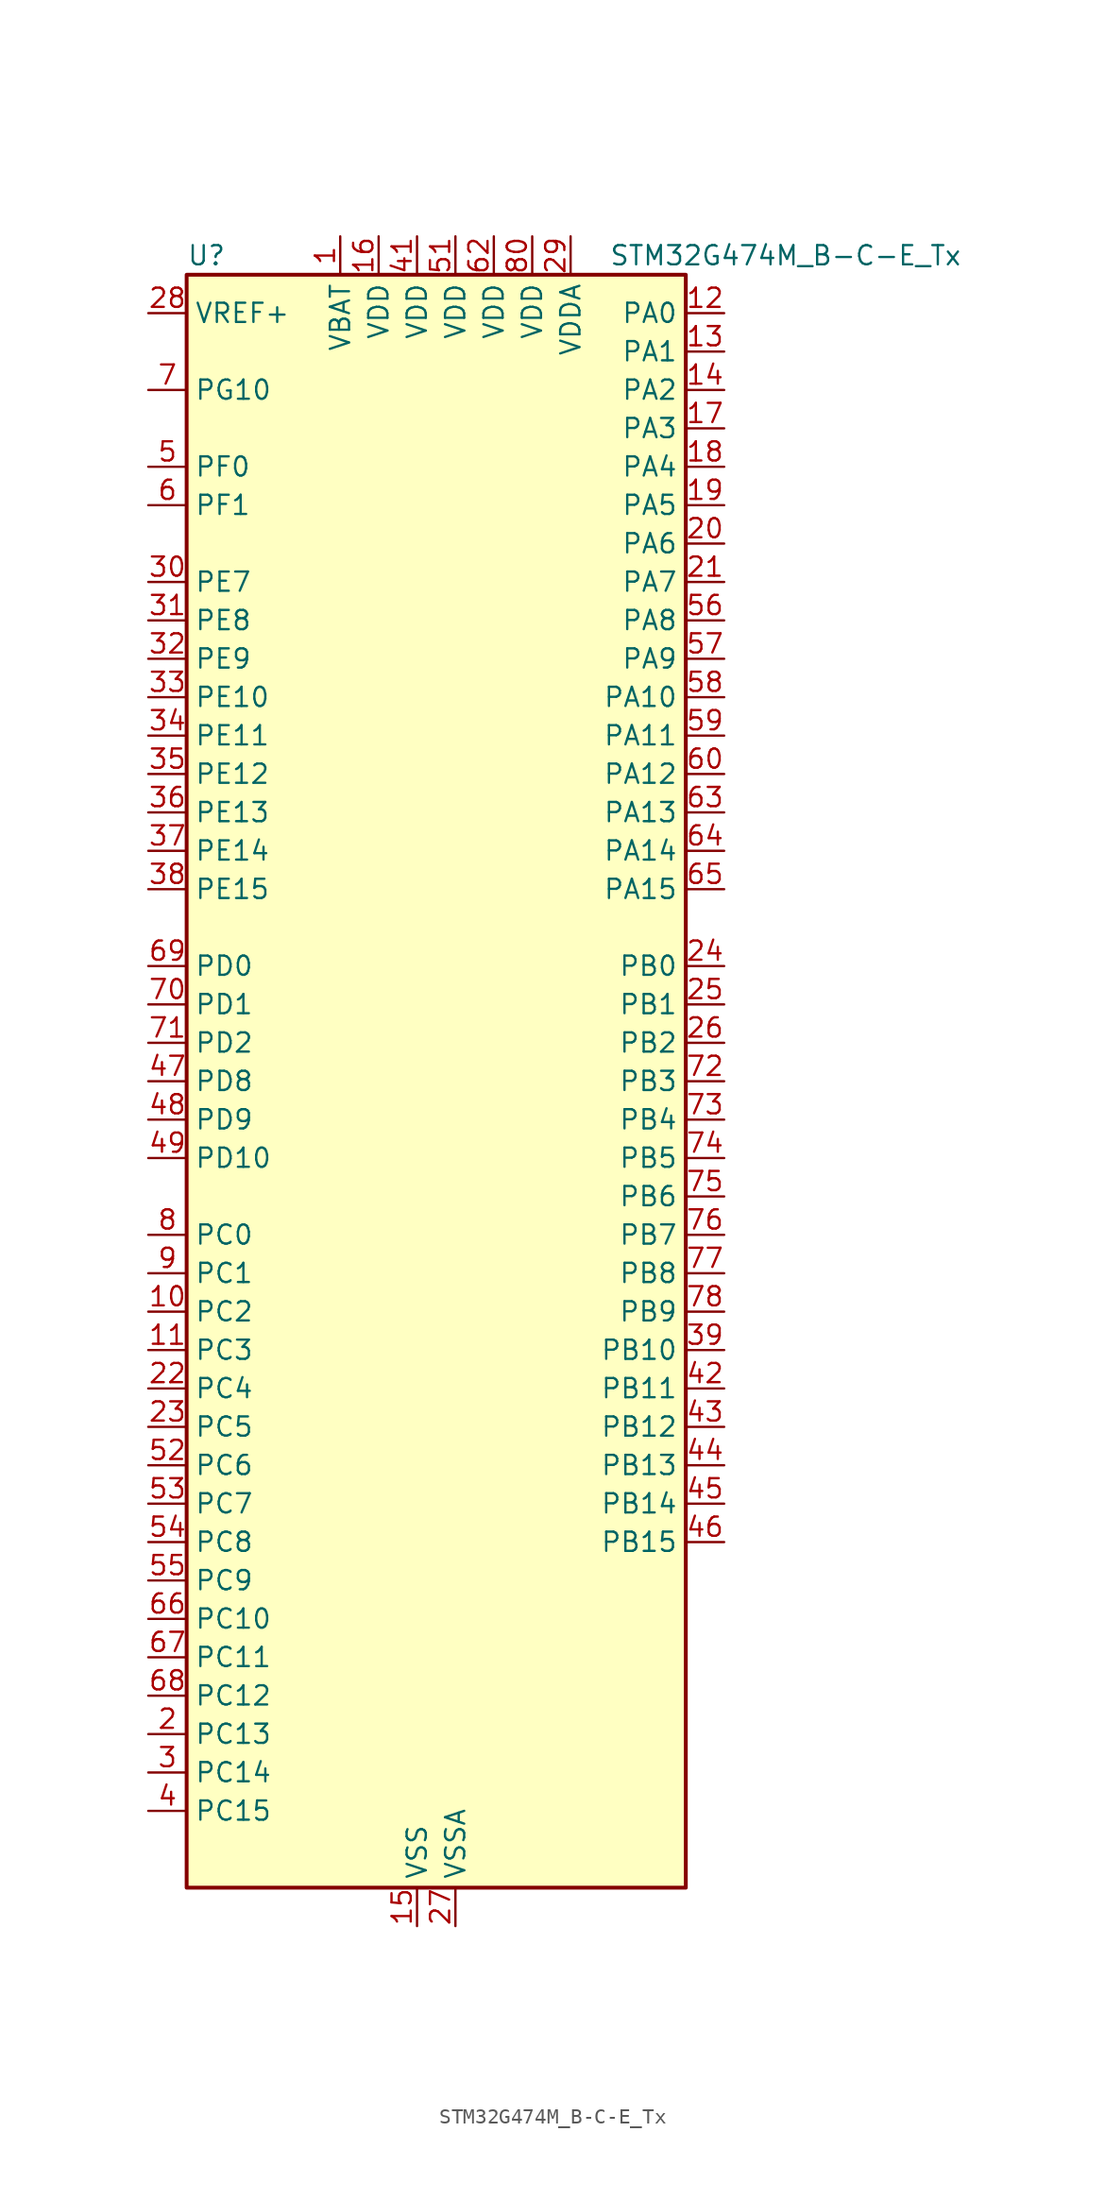
<source format=kicad_sym>
(kicad_symbol_lib
  (version 20231120)
  (generator "kicad_symbol_editor")
  (generator_version "8.0")
  (symbol "STM32G474M_B-C-E_Tx"
    (property "Reference" "U"
      (at -15.24 54.61 0)
      (effects (font (size 1.27 1.27)) (justify left)))
    (property "Value" "STM32G474M_B-C-E_Tx"
      (at 12.7 54.61 0)
      (effects (font (size 1.27 1.27)) (justify left)))
    (property "ki_locked" ""
      (at 0 0 0)
      (effects (font (size 1.27 1.27))))
    (symbol "STM32G474M_B-C-E_Tx_0_1"
      (rectangle (start -15.24 -53.34) (end 17.78 53.34) (stroke (width 0.254) (type default)) (fill (type background))))
    (symbol "STM32G474M_B-C-E_Tx_1_1"
      (pin power_in line (at -5.08 55.88 270) (length 2.54) (name "VBAT" (effects (font (size 1.27 1.27)))) (number "1" (effects (font (size 1.27 1.27)))))
      (pin bidirectional line (at -17.78 -15.24 0) (length 2.54) (name "PC2" (effects (font (size 1.27 1.27)))) (number "10" (effects (font (size 1.27 1.27)))) (alternate "ADC1_IN8" bidirectional line) (alternate "ADC2_IN8" bidirectional line) (alternate "ADC3_EXTI2" bidirectional line) (alternate "ADC4_EXTI2" bidirectional line) (alternate "ADC5_EXTI2" bidirectional line) (alternate "COMP3_OUT" bidirectional line) (alternate "LPTIM1_IN2" bidirectional line) (alternate "QUADSPI1_BK2_IO1" bidirectional line) (alternate "TIM1_CH3" bidirectional line) (alternate "TIM20_CH2" bidirectional line))
      (pin bidirectional line (at -17.78 -17.78 0) (length 2.54) (name "PC3" (effects (font (size 1.27 1.27)))) (number "11" (effects (font (size 1.27 1.27)))) (alternate "ADC1_IN9" bidirectional line) (alternate "ADC2_IN9" bidirectional line) (alternate "ADC3_EXTI3" bidirectional line) (alternate "ADC4_EXTI3" bidirectional line) (alternate "ADC5_EXTI3" bidirectional line) (alternate "LPTIM1_ETR" bidirectional line) (alternate "OPAMP5_VINP" bidirectional line) (alternate "OPAMP5_VINP_SEC" bidirectional line) (alternate "QUADSPI1_BK2_IO2" bidirectional line) (alternate "SAI1_D1" bidirectional line) (alternate "SAI1_SD_A" bidirectional line) (alternate "TIM1_BKIN2" bidirectional line) (alternate "TIM1_CH4" bidirectional line))
      (pin bidirectional line (at 20.32 50.8 180) (length 2.54) (name "PA0" (effects (font (size 1.27 1.27)))) (number "12" (effects (font (size 1.27 1.27)))) (alternate "ADC1_IN1" bidirectional line) (alternate "ADC2_IN1" bidirectional line) (alternate "COMP1_INM" bidirectional line) (alternate "COMP1_OUT" bidirectional line) (alternate "COMP3_INP" bidirectional line) (alternate "RTC_TAMP2" bidirectional line) (alternate "SYS_WKUP1" bidirectional line) (alternate "TIM2_CH1" bidirectional line) (alternate "TIM2_ETR" bidirectional line) (alternate "TIM5_CH1" bidirectional line) (alternate "TIM8_BKIN" bidirectional line) (alternate "TIM8_ETR" bidirectional line) (alternate "USART2_CTS" bidirectional line) (alternate "USART2_NSS" bidirectional line))
      (pin bidirectional line (at 20.32 48.26 180) (length 2.54) (name "PA1" (effects (font (size 1.27 1.27)))) (number "13" (effects (font (size 1.27 1.27)))) (alternate "ADC1_IN2" bidirectional line) (alternate "ADC2_IN2" bidirectional line) (alternate "COMP1_INP" bidirectional line) (alternate "OPAMP1_VINP" bidirectional line) (alternate "OPAMP1_VINP_SEC" bidirectional line) (alternate "OPAMP3_VINP" bidirectional line) (alternate "OPAMP3_VINP_SEC" bidirectional line) (alternate "OPAMP6_VINM" bidirectional line) (alternate "OPAMP6_VINM0" bidirectional line) (alternate "OPAMP6_VINM_SEC" bidirectional line) (alternate "RTC_REFIN" bidirectional line) (alternate "TIM15_CH1N" bidirectional line) (alternate "TIM2_CH2" bidirectional line) (alternate "TIM5_CH2" bidirectional line) (alternate "USART2_DE" bidirectional line) (alternate "USART2_RTS" bidirectional line))
      (pin bidirectional line (at 20.32 45.72 180) (length 2.54) (name "PA2" (effects (font (size 1.27 1.27)))) (number "14" (effects (font (size 1.27 1.27)))) (alternate "ADC1_IN3" bidirectional line) (alternate "ADC3_EXTI2" bidirectional line) (alternate "ADC4_EXTI2" bidirectional line) (alternate "ADC5_EXTI2" bidirectional line) (alternate "COMP2_INM" bidirectional line) (alternate "COMP2_OUT" bidirectional line) (alternate "LPUART1_TX" bidirectional line) (alternate "OPAMP1_VOUT" bidirectional line) (alternate "QUADSPI1_BK1_NCS" bidirectional line) (alternate "RCC_LSCO" bidirectional line) (alternate "SYS_WKUP4" bidirectional line) (alternate "TIM15_CH1" bidirectional line) (alternate "TIM2_CH3" bidirectional line) (alternate "TIM5_CH3" bidirectional line) (alternate "UCPD1_FRSTX1" bidirectional line) (alternate "UCPD1_FRSTX2" bidirectional line) (alternate "USART2_TX" bidirectional line))
      (pin power_in line (at 0 -55.88 90) (length 2.54) (name "VSS" (effects (font (size 1.27 1.27)))) (number "15" (effects (font (size 1.27 1.27)))))
      (pin power_in line (at -2.54 55.88 270) (length 2.54) (name "VDD" (effects (font (size 1.27 1.27)))) (number "16" (effects (font (size 1.27 1.27)))))
      (pin bidirectional line (at 20.32 43.18 180) (length 2.54) (name "PA3" (effects (font (size 1.27 1.27)))) (number "17" (effects (font (size 1.27 1.27)))) (alternate "ADC1_IN4" bidirectional line) (alternate "ADC3_EXTI3" bidirectional line) (alternate "ADC4_EXTI3" bidirectional line) (alternate "ADC5_EXTI3" bidirectional line) (alternate "COMP2_INP" bidirectional line) (alternate "LPUART1_RX" bidirectional line) (alternate "OPAMP1_VINM" bidirectional line) (alternate "OPAMP1_VINM0" bidirectional line) (alternate "OPAMP1_VINM_SEC" bidirectional line) (alternate "OPAMP1_VINP" bidirectional line) (alternate "OPAMP1_VINP_SEC" bidirectional line) (alternate "OPAMP5_VINM" bidirectional line) (alternate "OPAMP5_VINM1" bidirectional line) (alternate "OPAMP5_VINM_SEC" bidirectional line) (alternate "QUADSPI1_CLK" bidirectional line) (alternate "SAI1_CK1" bidirectional line) (alternate "SAI1_MCLK_A" bidirectional line) (alternate "TIM15_CH2" bidirectional line) (alternate "TIM2_CH4" bidirectional line) (alternate "TIM5_CH4" bidirectional line) (alternate "USART2_RX" bidirectional line))
      (pin bidirectional line (at 20.32 40.64 180) (length 2.54) (name "PA4" (effects (font (size 1.27 1.27)))) (number "18" (effects (font (size 1.27 1.27)))) (alternate "ADC2_IN17" bidirectional line) (alternate "COMP1_INM" bidirectional line) (alternate "DAC1_OUT1" bidirectional line) (alternate "I2S3_WS" bidirectional line) (alternate "SAI1_FS_B" bidirectional line) (alternate "SPI1_NSS" bidirectional line) (alternate "SPI3_NSS" bidirectional line) (alternate "TIM3_CH2" bidirectional line) (alternate "USART2_CK" bidirectional line))
      (pin bidirectional line (at 20.32 38.1 180) (length 2.54) (name "PA5" (effects (font (size 1.27 1.27)))) (number "19" (effects (font (size 1.27 1.27)))) (alternate "ADC2_IN13" bidirectional line) (alternate "COMP2_INM" bidirectional line) (alternate "DAC1_OUT2" bidirectional line) (alternate "OPAMP2_VINM" bidirectional line) (alternate "OPAMP2_VINM0" bidirectional line) (alternate "OPAMP2_VINM_SEC" bidirectional line) (alternate "SPI1_SCK" bidirectional line) (alternate "TIM2_CH1" bidirectional line) (alternate "TIM2_ETR" bidirectional line) (alternate "UCPD1_FRSTX1" bidirectional line) (alternate "UCPD1_FRSTX2" bidirectional line))
      (pin bidirectional line (at -17.78 -43.18 0) (length 2.54) (name "PC13" (effects (font (size 1.27 1.27)))) (number "2" (effects (font (size 1.27 1.27)))) (alternate "RTC_OUT1" bidirectional line) (alternate "RTC_TAMP1" bidirectional line) (alternate "RTC_TS" bidirectional line) (alternate "SYS_WKUP2" bidirectional line) (alternate "TIM1_BKIN" bidirectional line) (alternate "TIM1_CH1N" bidirectional line) (alternate "TIM8_CH4N" bidirectional line))
      (pin bidirectional line (at 20.32 35.56 180) (length 2.54) (name "PA6" (effects (font (size 1.27 1.27)))) (number "20" (effects (font (size 1.27 1.27)))) (alternate "ADC2_IN3" bidirectional line) (alternate "COMP1_OUT" bidirectional line) (alternate "DAC2_OUT1" bidirectional line) (alternate "LPUART1_CTS" bidirectional line) (alternate "OPAMP2_VOUT" bidirectional line) (alternate "QUADSPI1_BK1_IO3" bidirectional line) (alternate "SPI1_MISO" bidirectional line) (alternate "TIM16_CH1" bidirectional line) (alternate "TIM1_BKIN" bidirectional line) (alternate "TIM3_CH1" bidirectional line) (alternate "TIM8_BKIN" bidirectional line))
      (pin bidirectional line (at 20.32 33.02 180) (length 2.54) (name "PA7" (effects (font (size 1.27 1.27)))) (number "21" (effects (font (size 1.27 1.27)))) (alternate "ADC2_IN4" bidirectional line) (alternate "COMP2_INP" bidirectional line) (alternate "COMP2_OUT" bidirectional line) (alternate "OPAMP1_VINP" bidirectional line) (alternate "OPAMP1_VINP_SEC" bidirectional line) (alternate "OPAMP2_VINP" bidirectional line) (alternate "OPAMP2_VINP_SEC" bidirectional line) (alternate "QUADSPI1_BK1_IO2" bidirectional line) (alternate "SPI1_MOSI" bidirectional line) (alternate "TIM17_CH1" bidirectional line) (alternate "TIM1_CH1N" bidirectional line) (alternate "TIM3_CH2" bidirectional line) (alternate "TIM8_CH1N" bidirectional line) (alternate "UCPD1_FRSTX1" bidirectional line) (alternate "UCPD1_FRSTX2" bidirectional line))
      (pin bidirectional line (at -17.78 -20.32 0) (length 2.54) (name "PC4" (effects (font (size 1.27 1.27)))) (number "22" (effects (font (size 1.27 1.27)))) (alternate "ADC2_IN5" bidirectional line) (alternate "I2C2_SCL" bidirectional line) (alternate "QUADSPI1_BK2_IO3" bidirectional line) (alternate "TIM1_ETR" bidirectional line) (alternate "USART1_TX" bidirectional line))
      (pin bidirectional line (at -17.78 -22.86 0) (length 2.54) (name "PC5" (effects (font (size 1.27 1.27)))) (number "23" (effects (font (size 1.27 1.27)))) (alternate "ADC2_IN11" bidirectional line) (alternate "HRTIM1_EEV10" bidirectional line) (alternate "OPAMP1_VINM" bidirectional line) (alternate "OPAMP1_VINM1" bidirectional line) (alternate "OPAMP1_VINM_SEC" bidirectional line) (alternate "OPAMP2_VINM" bidirectional line) (alternate "OPAMP2_VINM1" bidirectional line) (alternate "OPAMP2_VINM_SEC" bidirectional line) (alternate "SAI1_D3" bidirectional line) (alternate "SYS_WKUP5" bidirectional line) (alternate "TIM15_BKIN" bidirectional line) (alternate "TIM1_CH4N" bidirectional line) (alternate "USART1_RX" bidirectional line))
      (pin bidirectional line (at 20.32 7.62 180) (length 2.54) (name "PB0" (effects (font (size 1.27 1.27)))) (number "24" (effects (font (size 1.27 1.27)))) (alternate "ADC1_IN15" bidirectional line) (alternate "ADC3_IN12" bidirectional line) (alternate "COMP4_INP" bidirectional line) (alternate "HRTIM1_FLT5" bidirectional line) (alternate "OPAMP2_VINP" bidirectional line) (alternate "OPAMP2_VINP_SEC" bidirectional line) (alternate "OPAMP3_VINP" bidirectional line) (alternate "OPAMP3_VINP_SEC" bidirectional line) (alternate "QUADSPI1_BK1_IO1" bidirectional line) (alternate "TIM1_CH2N" bidirectional line) (alternate "TIM3_CH3" bidirectional line) (alternate "TIM8_CH2N" bidirectional line) (alternate "UCPD1_FRSTX1" bidirectional line) (alternate "UCPD1_FRSTX2" bidirectional line))
      (pin bidirectional line (at 20.32 5.08 180) (length 2.54) (name "PB1" (effects (font (size 1.27 1.27)))) (number "25" (effects (font (size 1.27 1.27)))) (alternate "ADC1_IN12" bidirectional line) (alternate "ADC3_IN1" bidirectional line) (alternate "COMP1_INP" bidirectional line) (alternate "COMP4_OUT" bidirectional line) (alternate "HRTIM1_SCOUT" bidirectional line) (alternate "LPUART1_DE" bidirectional line) (alternate "LPUART1_RTS" bidirectional line) (alternate "OPAMP3_VOUT" bidirectional line) (alternate "OPAMP6_VINM" bidirectional line) (alternate "OPAMP6_VINM1" bidirectional line) (alternate "OPAMP6_VINM_SEC" bidirectional line) (alternate "QUADSPI1_BK1_IO0" bidirectional line) (alternate "TIM1_CH3N" bidirectional line) (alternate "TIM3_CH4" bidirectional line) (alternate "TIM8_CH3N" bidirectional line))
      (pin bidirectional line (at 20.32 2.54 180) (length 2.54) (name "PB2" (effects (font (size 1.27 1.27)))) (number "26" (effects (font (size 1.27 1.27)))) (alternate "ADC2_IN12" bidirectional line) (alternate "ADC3_EXTI2" bidirectional line) (alternate "ADC4_EXTI2" bidirectional line) (alternate "ADC5_EXTI2" bidirectional line) (alternate "COMP4_INM" bidirectional line) (alternate "HRTIM1_SCIN" bidirectional line) (alternate "I2C3_SMBA" bidirectional line) (alternate "LPTIM1_OUT" bidirectional line) (alternate "OPAMP3_VINM" bidirectional line) (alternate "OPAMP3_VINM0" bidirectional line) (alternate "OPAMP3_VINM_SEC" bidirectional line) (alternate "QUADSPI1_BK2_IO1" bidirectional line) (alternate "RTC_OUT2" bidirectional line) (alternate "TIM20_CH1" bidirectional line) (alternate "TIM5_CH1" bidirectional line))
      (pin power_in line (at 2.54 -55.88 90) (length 2.54) (name "VSSA" (effects (font (size 1.27 1.27)))) (number "27" (effects (font (size 1.27 1.27)))))
      (pin input line (at -17.78 50.8 0) (length 2.54) (name "VREF+" (effects (font (size 1.27 1.27)))) (number "28" (effects (font (size 1.27 1.27)))) (alternate "VREFBUF_OUT" bidirectional line))
      (pin power_in line (at 10.16 55.88 270) (length 2.54) (name "VDDA" (effects (font (size 1.27 1.27)))) (number "29" (effects (font (size 1.27 1.27)))))
      (pin bidirectional line (at -17.78 -45.72 0) (length 2.54) (name "PC14" (effects (font (size 1.27 1.27)))) (number "3" (effects (font (size 1.27 1.27)))) (alternate "RCC_OSC32_IN" bidirectional line))
      (pin bidirectional line (at -17.78 33.02 0) (length 2.54) (name "PE7" (effects (font (size 1.27 1.27)))) (number "30" (effects (font (size 1.27 1.27)))) (alternate "ADC3_IN4" bidirectional line) (alternate "COMP4_INP" bidirectional line) (alternate "SAI1_SD_B" bidirectional line) (alternate "TIM1_ETR" bidirectional line))
      (pin bidirectional line (at -17.78 30.48 0) (length 2.54) (name "PE8" (effects (font (size 1.27 1.27)))) (number "31" (effects (font (size 1.27 1.27)))) (alternate "ADC3_IN6" bidirectional line) (alternate "ADC4_IN6" bidirectional line) (alternate "ADC5_IN6" bidirectional line) (alternate "COMP4_INM" bidirectional line) (alternate "SAI1_SCK_B" bidirectional line) (alternate "TIM1_CH1N" bidirectional line) (alternate "TIM5_CH3" bidirectional line))
      (pin bidirectional line (at -17.78 27.94 0) (length 2.54) (name "PE9" (effects (font (size 1.27 1.27)))) (number "32" (effects (font (size 1.27 1.27)))) (alternate "ADC3_IN2" bidirectional line) (alternate "DAC1_EXTI9" bidirectional line) (alternate "DAC2_EXTI9" bidirectional line) (alternate "DAC3_EXTI9" bidirectional line) (alternate "DAC4_EXTI9" bidirectional line) (alternate "SAI1_FS_B" bidirectional line) (alternate "TIM1_CH1" bidirectional line) (alternate "TIM5_CH4" bidirectional line))
      (pin bidirectional line (at -17.78 25.4 0) (length 2.54) (name "PE10" (effects (font (size 1.27 1.27)))) (number "33" (effects (font (size 1.27 1.27)))) (alternate "ADC3_IN14" bidirectional line) (alternate "ADC4_IN14" bidirectional line) (alternate "ADC5_IN14" bidirectional line) (alternate "DAC1_EXTI10" bidirectional line) (alternate "DAC2_EXTI10" bidirectional line) (alternate "DAC3_EXTI10" bidirectional line) (alternate "DAC4_EXTI10" bidirectional line) (alternate "QUADSPI1_CLK" bidirectional line) (alternate "SAI1_MCLK_B" bidirectional line) (alternate "TIM1_CH2N" bidirectional line))
      (pin bidirectional line (at -17.78 22.86 0) (length 2.54) (name "PE11" (effects (font (size 1.27 1.27)))) (number "34" (effects (font (size 1.27 1.27)))) (alternate "ADC1_EXTI11" bidirectional line) (alternate "ADC2_EXTI11" bidirectional line) (alternate "ADC3_IN15" bidirectional line) (alternate "ADC4_IN15" bidirectional line) (alternate "ADC5_IN15" bidirectional line) (alternate "QUADSPI1_BK1_NCS" bidirectional line) (alternate "SPI4_NSS" bidirectional line) (alternate "TIM1_CH2" bidirectional line))
      (pin bidirectional line (at -17.78 20.32 0) (length 2.54) (name "PE12" (effects (font (size 1.27 1.27)))) (number "35" (effects (font (size 1.27 1.27)))) (alternate "ADC3_IN16" bidirectional line) (alternate "ADC4_IN16" bidirectional line) (alternate "ADC5_IN16" bidirectional line) (alternate "QUADSPI1_BK1_IO0" bidirectional line) (alternate "SPI4_SCK" bidirectional line) (alternate "TIM1_CH3N" bidirectional line))
      (pin bidirectional line (at -17.78 17.78 0) (length 2.54) (name "PE13" (effects (font (size 1.27 1.27)))) (number "36" (effects (font (size 1.27 1.27)))) (alternate "ADC3_IN3" bidirectional line) (alternate "QUADSPI1_BK1_IO1" bidirectional line) (alternate "SPI4_MISO" bidirectional line) (alternate "TIM1_CH3" bidirectional line))
      (pin bidirectional line (at -17.78 15.24 0) (length 2.54) (name "PE14" (effects (font (size 1.27 1.27)))) (number "37" (effects (font (size 1.27 1.27)))) (alternate "ADC4_IN1" bidirectional line) (alternate "QUADSPI1_BK1_IO2" bidirectional line) (alternate "SPI4_MOSI" bidirectional line) (alternate "TIM1_BKIN2" bidirectional line) (alternate "TIM1_CH4" bidirectional line))
      (pin bidirectional line (at -17.78 12.7 0) (length 2.54) (name "PE15" (effects (font (size 1.27 1.27)))) (number "38" (effects (font (size 1.27 1.27)))) (alternate "ADC1_EXTI15" bidirectional line) (alternate "ADC2_EXTI15" bidirectional line) (alternate "ADC4_IN2" bidirectional line) (alternate "QUADSPI1_BK1_IO3" bidirectional line) (alternate "TIM1_BKIN" bidirectional line) (alternate "TIM1_CH4N" bidirectional line) (alternate "USART3_RX" bidirectional line))
      (pin bidirectional line (at 20.32 -17.78 180) (length 2.54) (name "PB10" (effects (font (size 1.27 1.27)))) (number "39" (effects (font (size 1.27 1.27)))) (alternate "COMP5_INM" bidirectional line) (alternate "DAC1_EXTI10" bidirectional line) (alternate "DAC2_EXTI10" bidirectional line) (alternate "DAC3_EXTI10" bidirectional line) (alternate "DAC4_EXTI10" bidirectional line) (alternate "HRTIM1_FLT3" bidirectional line) (alternate "LPUART1_RX" bidirectional line) (alternate "OPAMP3_VINM" bidirectional line) (alternate "OPAMP3_VINM1" bidirectional line) (alternate "OPAMP3_VINM_SEC" bidirectional line) (alternate "OPAMP4_VINM" bidirectional line) (alternate "OPAMP4_VINM0" bidirectional line) (alternate "OPAMP4_VINM_SEC" bidirectional line) (alternate "QUADSPI1_CLK" bidirectional line) (alternate "SAI1_SCK_A" bidirectional line) (alternate "TIM1_BKIN" bidirectional line) (alternate "TIM2_CH3" bidirectional line) (alternate "USART3_TX" bidirectional line))
      (pin bidirectional line (at -17.78 -48.26 0) (length 2.54) (name "PC15" (effects (font (size 1.27 1.27)))) (number "4" (effects (font (size 1.27 1.27)))) (alternate "ADC1_EXTI15" bidirectional line) (alternate "ADC2_EXTI15" bidirectional line) (alternate "RCC_OSC32_OUT" bidirectional line))
      (pin passive line (at 0 -55.88 90) (length 2.54) hide (name "VSS" (effects (font (size 1.27 1.27)))) (number "40" (effects (font (size 1.27 1.27)))))
      (pin power_in line (at 0 55.88 270) (length 2.54) (name "VDD" (effects (font (size 1.27 1.27)))) (number "41" (effects (font (size 1.27 1.27)))))
      (pin bidirectional line (at 20.32 -20.32 180) (length 2.54) (name "PB11" (effects (font (size 1.27 1.27)))) (number "42" (effects (font (size 1.27 1.27)))) (alternate "ADC1_EXTI11" bidirectional line) (alternate "ADC1_IN14" bidirectional line) (alternate "ADC2_EXTI11" bidirectional line) (alternate "ADC2_IN14" bidirectional line) (alternate "COMP6_INP" bidirectional line) (alternate "HRTIM1_FLT4" bidirectional line) (alternate "LPUART1_TX" bidirectional line) (alternate "OPAMP4_VINP" bidirectional line) (alternate "OPAMP4_VINP_SEC" bidirectional line) (alternate "OPAMP6_VOUT" bidirectional line) (alternate "QUADSPI1_BK1_NCS" bidirectional line) (alternate "TIM2_CH4" bidirectional line) (alternate "USART3_RX" bidirectional line))
      (pin bidirectional line (at 20.32 -22.86 180) (length 2.54) (name "PB12" (effects (font (size 1.27 1.27)))) (number "43" (effects (font (size 1.27 1.27)))) (alternate "ADC1_IN11" bidirectional line) (alternate "ADC4_IN3" bidirectional line) (alternate "COMP7_INM" bidirectional line) (alternate "FDCAN2_RX" bidirectional line) (alternate "HRTIM1_CHC1" bidirectional line) (alternate "I2C2_SMBA" bidirectional line) (alternate "I2S2_WS" bidirectional line) (alternate "LPUART1_DE" bidirectional line) (alternate "LPUART1_RTS" bidirectional line) (alternate "OPAMP4_VOUT" bidirectional line) (alternate "OPAMP6_VINP" bidirectional line) (alternate "OPAMP6_VINP_SEC" bidirectional line) (alternate "SPI2_NSS" bidirectional line) (alternate "TIM1_BKIN" bidirectional line) (alternate "TIM5_ETR" bidirectional line) (alternate "USART3_CK" bidirectional line))
      (pin bidirectional line (at 20.32 -25.4 180) (length 2.54) (name "PB13" (effects (font (size 1.27 1.27)))) (number "44" (effects (font (size 1.27 1.27)))) (alternate "ADC3_IN5" bidirectional line) (alternate "COMP5_INP" bidirectional line) (alternate "FDCAN2_TX" bidirectional line) (alternate "HRTIM1_CHC2" bidirectional line) (alternate "I2S2_CK" bidirectional line) (alternate "LPUART1_CTS" bidirectional line) (alternate "OPAMP3_VINP" bidirectional line) (alternate "OPAMP3_VINP_SEC" bidirectional line) (alternate "OPAMP4_VINP" bidirectional line) (alternate "OPAMP4_VINP_SEC" bidirectional line) (alternate "OPAMP6_VINP" bidirectional line) (alternate "OPAMP6_VINP_SEC" bidirectional line) (alternate "SPI2_SCK" bidirectional line) (alternate "TIM1_CH1N" bidirectional line) (alternate "USART3_CTS" bidirectional line) (alternate "USART3_NSS" bidirectional line))
      (pin bidirectional line (at 20.32 -27.94 180) (length 2.54) (name "PB14" (effects (font (size 1.27 1.27)))) (number "45" (effects (font (size 1.27 1.27)))) (alternate "ADC1_IN5" bidirectional line) (alternate "ADC4_IN4" bidirectional line) (alternate "COMP4_OUT" bidirectional line) (alternate "COMP7_INP" bidirectional line) (alternate "HRTIM1_CHD1" bidirectional line) (alternate "OPAMP2_VINP" bidirectional line) (alternate "OPAMP2_VINP_SEC" bidirectional line) (alternate "OPAMP5_VINP" bidirectional line) (alternate "OPAMP5_VINP_SEC" bidirectional line) (alternate "SPI2_MISO" bidirectional line) (alternate "TIM15_CH1" bidirectional line) (alternate "TIM1_CH2N" bidirectional line) (alternate "USART3_DE" bidirectional line) (alternate "USART3_RTS" bidirectional line))
      (pin bidirectional line (at 20.32 -30.48 180) (length 2.54) (name "PB15" (effects (font (size 1.27 1.27)))) (number "46" (effects (font (size 1.27 1.27)))) (alternate "ADC1_EXTI15" bidirectional line) (alternate "ADC2_EXTI15" bidirectional line) (alternate "ADC2_IN15" bidirectional line) (alternate "ADC4_IN5" bidirectional line) (alternate "COMP3_OUT" bidirectional line) (alternate "COMP6_INM" bidirectional line) (alternate "HRTIM1_CHD2" bidirectional line) (alternate "I2S2_SD" bidirectional line) (alternate "OPAMP5_VINM" bidirectional line) (alternate "OPAMP5_VINM0" bidirectional line) (alternate "OPAMP5_VINM_SEC" bidirectional line) (alternate "RTC_REFIN" bidirectional line) (alternate "SPI2_MOSI" bidirectional line) (alternate "TIM15_CH1N" bidirectional line) (alternate "TIM15_CH2" bidirectional line) (alternate "TIM1_CH3N" bidirectional line))
      (pin bidirectional line (at -17.78 0 0) (length 2.54) (name "PD8" (effects (font (size 1.27 1.27)))) (number "47" (effects (font (size 1.27 1.27)))) (alternate "ADC4_IN12" bidirectional line) (alternate "ADC5_IN12" bidirectional line) (alternate "OPAMP4_VINM" bidirectional line) (alternate "OPAMP4_VINM1" bidirectional line) (alternate "OPAMP4_VINM_SEC" bidirectional line) (alternate "USART3_TX" bidirectional line))
      (pin bidirectional line (at -17.78 -2.54 0) (length 2.54) (name "PD9" (effects (font (size 1.27 1.27)))) (number "48" (effects (font (size 1.27 1.27)))) (alternate "ADC4_IN13" bidirectional line) (alternate "ADC5_IN13" bidirectional line) (alternate "DAC1_EXTI9" bidirectional line) (alternate "DAC2_EXTI9" bidirectional line) (alternate "DAC3_EXTI9" bidirectional line) (alternate "DAC4_EXTI9" bidirectional line) (alternate "OPAMP6_VINP" bidirectional line) (alternate "OPAMP6_VINP_SEC" bidirectional line) (alternate "USART3_RX" bidirectional line))
      (pin bidirectional line (at -17.78 -5.08 0) (length 2.54) (name "PD10" (effects (font (size 1.27 1.27)))) (number "49" (effects (font (size 1.27 1.27)))) (alternate "ADC3_IN7" bidirectional line) (alternate "ADC4_IN7" bidirectional line) (alternate "ADC5_IN7" bidirectional line) (alternate "COMP6_INM" bidirectional line) (alternate "DAC1_EXTI10" bidirectional line) (alternate "DAC2_EXTI10" bidirectional line) (alternate "DAC3_EXTI10" bidirectional line) (alternate "DAC4_EXTI10" bidirectional line) (alternate "USART3_CK" bidirectional line))
      (pin bidirectional line (at -17.78 40.64 0) (length 2.54) (name "PF0" (effects (font (size 1.27 1.27)))) (number "5" (effects (font (size 1.27 1.27)))) (alternate "ADC1_IN10" bidirectional line) (alternate "I2C2_SDA" bidirectional line) (alternate "I2S2_WS" bidirectional line) (alternate "RCC_OSC_IN" bidirectional line) (alternate "SPI2_NSS" bidirectional line) (alternate "TIM1_CH3N" bidirectional line))
      (pin passive line (at 0 -55.88 90) (length 2.54) hide (name "VSS" (effects (font (size 1.27 1.27)))) (number "50" (effects (font (size 1.27 1.27)))))
      (pin power_in line (at 2.54 55.88 270) (length 2.54) (name "VDD" (effects (font (size 1.27 1.27)))) (number "51" (effects (font (size 1.27 1.27)))))
      (pin bidirectional line (at -17.78 -25.4 0) (length 2.54) (name "PC6" (effects (font (size 1.27 1.27)))) (number "52" (effects (font (size 1.27 1.27)))) (alternate "COMP6_OUT" bidirectional line) (alternate "HRTIM1_CHF1" bidirectional line) (alternate "HRTIM1_EEV10" bidirectional line) (alternate "I2C4_SCL" bidirectional line) (alternate "I2S2_MCK" bidirectional line) (alternate "TIM3_CH1" bidirectional line) (alternate "TIM8_CH1" bidirectional line))
      (pin bidirectional line (at -17.78 -27.94 0) (length 2.54) (name "PC7" (effects (font (size 1.27 1.27)))) (number "53" (effects (font (size 1.27 1.27)))) (alternate "COMP5_OUT" bidirectional line) (alternate "HRTIM1_CHF2" bidirectional line) (alternate "HRTIM1_FLT5" bidirectional line) (alternate "I2C4_SDA" bidirectional line) (alternate "I2S3_MCK" bidirectional line) (alternate "TIM3_CH2" bidirectional line) (alternate "TIM8_CH2" bidirectional line))
      (pin bidirectional line (at -17.78 -30.48 0) (length 2.54) (name "PC8" (effects (font (size 1.27 1.27)))) (number "54" (effects (font (size 1.27 1.27)))) (alternate "COMP7_OUT" bidirectional line) (alternate "HRTIM1_CHE1" bidirectional line) (alternate "I2C3_SCL" bidirectional line) (alternate "TIM20_CH3" bidirectional line) (alternate "TIM3_CH3" bidirectional line) (alternate "TIM8_CH3" bidirectional line))
      (pin bidirectional line (at -17.78 -33.02 0) (length 2.54) (name "PC9" (effects (font (size 1.27 1.27)))) (number "55" (effects (font (size 1.27 1.27)))) (alternate "DAC1_EXTI9" bidirectional line) (alternate "DAC2_EXTI9" bidirectional line) (alternate "DAC3_EXTI9" bidirectional line) (alternate "DAC4_EXTI9" bidirectional line) (alternate "HRTIM1_CHE2" bidirectional line) (alternate "I2C3_SDA" bidirectional line) (alternate "I2S_CKIN" bidirectional line) (alternate "TIM3_CH4" bidirectional line) (alternate "TIM8_BKIN2" bidirectional line) (alternate "TIM8_CH4" bidirectional line))
      (pin bidirectional line (at 20.32 30.48 180) (length 2.54) (name "PA8" (effects (font (size 1.27 1.27)))) (number "56" (effects (font (size 1.27 1.27)))) (alternate "ADC5_IN1" bidirectional line) (alternate "COMP7_OUT" bidirectional line) (alternate "FDCAN3_RX" bidirectional line) (alternate "HRTIM1_CHA1" bidirectional line) (alternate "I2C2_SDA" bidirectional line) (alternate "I2C3_SCL" bidirectional line) (alternate "I2S2_MCK" bidirectional line) (alternate "OPAMP5_VOUT" bidirectional line) (alternate "RCC_MCO" bidirectional line) (alternate "SAI1_CK2" bidirectional line) (alternate "SAI1_SCK_A" bidirectional line) (alternate "TIM1_CH1" bidirectional line) (alternate "TIM4_ETR" bidirectional line) (alternate "USART1_CK" bidirectional line))
      (pin bidirectional line (at 20.32 27.94 180) (length 2.54) (name "PA9" (effects (font (size 1.27 1.27)))) (number "57" (effects (font (size 1.27 1.27)))) (alternate "ADC5_IN2" bidirectional line) (alternate "COMP5_OUT" bidirectional line) (alternate "DAC1_EXTI9" bidirectional line) (alternate "DAC2_EXTI9" bidirectional line) (alternate "DAC3_EXTI9" bidirectional line) (alternate "DAC4_EXTI9" bidirectional line) (alternate "HRTIM1_CHA2" bidirectional line) (alternate "I2C2_SCL" bidirectional line) (alternate "I2C3_SMBA" bidirectional line) (alternate "I2S3_MCK" bidirectional line) (alternate "SAI1_FS_A" bidirectional line) (alternate "TIM15_BKIN" bidirectional line) (alternate "TIM1_CH2" bidirectional line) (alternate "TIM2_CH3" bidirectional line) (alternate "UCPD1_DBCC1" bidirectional line) (alternate "USART1_TX" bidirectional line))
      (pin bidirectional line (at 20.32 25.4 180) (length 2.54) (name "PA10" (effects (font (size 1.27 1.27)))) (number "58" (effects (font (size 1.27 1.27)))) (alternate "COMP6_OUT" bidirectional line) (alternate "CRS_SYNC" bidirectional line) (alternate "DAC1_EXTI10" bidirectional line) (alternate "DAC2_EXTI10" bidirectional line) (alternate "DAC3_EXTI10" bidirectional line) (alternate "DAC4_EXTI10" bidirectional line) (alternate "HRTIM1_CHB1" bidirectional line) (alternate "I2C2_SMBA" bidirectional line) (alternate "SAI1_D1" bidirectional line) (alternate "SAI1_SD_A" bidirectional line) (alternate "SPI2_MISO" bidirectional line) (alternate "TIM17_BKIN" bidirectional line) (alternate "TIM1_CH3" bidirectional line) (alternate "TIM2_CH4" bidirectional line) (alternate "TIM8_BKIN" bidirectional line) (alternate "UCPD1_DBCC2" bidirectional line) (alternate "USART1_RX" bidirectional line))
      (pin bidirectional line (at 20.32 22.86 180) (length 2.54) (name "PA11" (effects (font (size 1.27 1.27)))) (number "59" (effects (font (size 1.27 1.27)))) (alternate "ADC1_EXTI11" bidirectional line) (alternate "ADC2_EXTI11" bidirectional line) (alternate "COMP1_OUT" bidirectional line) (alternate "FDCAN1_RX" bidirectional line) (alternate "HRTIM1_CHB2" bidirectional line) (alternate "I2S2_SD" bidirectional line) (alternate "SPI2_MOSI" bidirectional line) (alternate "TIM1_BKIN2" bidirectional line) (alternate "TIM1_CH1N" bidirectional line) (alternate "TIM1_CH4" bidirectional line) (alternate "TIM4_CH1" bidirectional line) (alternate "USART1_CTS" bidirectional line) (alternate "USART1_NSS" bidirectional line) (alternate "USB_DM" bidirectional line))
      (pin bidirectional line (at -17.78 38.1 0) (length 2.54) (name "PF1" (effects (font (size 1.27 1.27)))) (number "6" (effects (font (size 1.27 1.27)))) (alternate "ADC2_IN10" bidirectional line) (alternate "COMP3_INM" bidirectional line) (alternate "I2S2_CK" bidirectional line) (alternate "RCC_OSC_OUT" bidirectional line) (alternate "SPI2_SCK" bidirectional line))
      (pin bidirectional line (at 20.32 20.32 180) (length 2.54) (name "PA12" (effects (font (size 1.27 1.27)))) (number "60" (effects (font (size 1.27 1.27)))) (alternate "COMP2_OUT" bidirectional line) (alternate "FDCAN1_TX" bidirectional line) (alternate "HRTIM1_FLT1" bidirectional line) (alternate "I2S_CKIN" bidirectional line) (alternate "TIM16_CH1" bidirectional line) (alternate "TIM1_CH2N" bidirectional line) (alternate "TIM1_ETR" bidirectional line) (alternate "TIM4_CH2" bidirectional line) (alternate "USART1_DE" bidirectional line) (alternate "USART1_RTS" bidirectional line) (alternate "USB_DP" bidirectional line))
      (pin passive line (at 0 -55.88 90) (length 2.54) hide (name "VSS" (effects (font (size 1.27 1.27)))) (number "61" (effects (font (size 1.27 1.27)))))
      (pin power_in line (at 5.08 55.88 270) (length 2.54) (name "VDD" (effects (font (size 1.27 1.27)))) (number "62" (effects (font (size 1.27 1.27)))))
      (pin bidirectional line (at 20.32 17.78 180) (length 2.54) (name "PA13" (effects (font (size 1.27 1.27)))) (number "63" (effects (font (size 1.27 1.27)))) (alternate "I2C1_SCL" bidirectional line) (alternate "I2C4_SCL" bidirectional line) (alternate "IR_OUT" bidirectional line) (alternate "SAI1_SD_B" bidirectional line) (alternate "SYS_JTMS-SWDIO" bidirectional line) (alternate "TIM16_CH1N" bidirectional line) (alternate "TIM4_CH3" bidirectional line) (alternate "USART3_CTS" bidirectional line) (alternate "USART3_NSS" bidirectional line))
      (pin bidirectional line (at 20.32 15.24 180) (length 2.54) (name "PA14" (effects (font (size 1.27 1.27)))) (number "64" (effects (font (size 1.27 1.27)))) (alternate "I2C1_SDA" bidirectional line) (alternate "I2C4_SMBA" bidirectional line) (alternate "LPTIM1_OUT" bidirectional line) (alternate "SAI1_FS_B" bidirectional line) (alternate "SYS_JTCK-SWCLK" bidirectional line) (alternate "TIM1_BKIN" bidirectional line) (alternate "TIM8_CH2" bidirectional line) (alternate "USART2_TX" bidirectional line))
      (pin bidirectional line (at 20.32 12.7 180) (length 2.54) (name "PA15" (effects (font (size 1.27 1.27)))) (number "65" (effects (font (size 1.27 1.27)))) (alternate "ADC1_EXTI15" bidirectional line) (alternate "ADC2_EXTI15" bidirectional line) (alternate "FDCAN3_TX" bidirectional line) (alternate "HRTIM1_FLT2" bidirectional line) (alternate "I2C1_SCL" bidirectional line) (alternate "I2S3_WS" bidirectional line) (alternate "SPI1_NSS" bidirectional line) (alternate "SPI3_NSS" bidirectional line) (alternate "SYS_JTDI" bidirectional line) (alternate "TIM1_BKIN" bidirectional line) (alternate "TIM2_CH1" bidirectional line) (alternate "TIM2_ETR" bidirectional line) (alternate "TIM8_CH1" bidirectional line) (alternate "UART4_DE" bidirectional line) (alternate "UART4_RTS" bidirectional line) (alternate "USART2_RX" bidirectional line))
      (pin bidirectional line (at -17.78 -35.56 0) (length 2.54) (name "PC10" (effects (font (size 1.27 1.27)))) (number "66" (effects (font (size 1.27 1.27)))) (alternate "DAC1_EXTI10" bidirectional line) (alternate "DAC2_EXTI10" bidirectional line) (alternate "DAC3_EXTI10" bidirectional line) (alternate "DAC4_EXTI10" bidirectional line) (alternate "HRTIM1_FLT6" bidirectional line) (alternate "I2S3_CK" bidirectional line) (alternate "SPI3_SCK" bidirectional line) (alternate "TIM8_CH1N" bidirectional line) (alternate "UART4_TX" bidirectional line) (alternate "USART3_TX" bidirectional line))
      (pin bidirectional line (at -17.78 -38.1 0) (length 2.54) (name "PC11" (effects (font (size 1.27 1.27)))) (number "67" (effects (font (size 1.27 1.27)))) (alternate "ADC1_EXTI11" bidirectional line) (alternate "ADC2_EXTI11" bidirectional line) (alternate "HRTIM1_EEV2" bidirectional line) (alternate "I2C3_SDA" bidirectional line) (alternate "SPI3_MISO" bidirectional line) (alternate "TIM8_CH2N" bidirectional line) (alternate "UART4_RX" bidirectional line) (alternate "USART3_RX" bidirectional line))
      (pin bidirectional line (at -17.78 -40.64 0) (length 2.54) (name "PC12" (effects (font (size 1.27 1.27)))) (number "68" (effects (font (size 1.27 1.27)))) (alternate "HRTIM1_EEV1" bidirectional line) (alternate "I2S3_SD" bidirectional line) (alternate "SPI3_MOSI" bidirectional line) (alternate "TIM5_CH2" bidirectional line) (alternate "TIM8_CH3N" bidirectional line) (alternate "UART5_TX" bidirectional line) (alternate "UCPD1_FRSTX1" bidirectional line) (alternate "UCPD1_FRSTX2" bidirectional line) (alternate "USART3_CK" bidirectional line))
      (pin bidirectional line (at -17.78 7.62 0) (length 2.54) (name "PD0" (effects (font (size 1.27 1.27)))) (number "69" (effects (font (size 1.27 1.27)))) (alternate "FDCAN1_RX" bidirectional line) (alternate "TIM8_CH4N" bidirectional line))
      (pin bidirectional line (at -17.78 45.72 0) (length 2.54) (name "PG10" (effects (font (size 1.27 1.27)))) (number "7" (effects (font (size 1.27 1.27)))) (alternate "DAC1_EXTI10" bidirectional line) (alternate "DAC2_EXTI10" bidirectional line) (alternate "DAC3_EXTI10" bidirectional line) (alternate "DAC4_EXTI10" bidirectional line) (alternate "RCC_MCO" bidirectional line))
      (pin bidirectional line (at -17.78 5.08 0) (length 2.54) (name "PD1" (effects (font (size 1.27 1.27)))) (number "70" (effects (font (size 1.27 1.27)))) (alternate "FDCAN1_TX" bidirectional line) (alternate "TIM8_BKIN2" bidirectional line) (alternate "TIM8_CH4" bidirectional line))
      (pin bidirectional line (at -17.78 2.54 0) (length 2.54) (name "PD2" (effects (font (size 1.27 1.27)))) (number "71" (effects (font (size 1.27 1.27)))) (alternate "ADC3_EXTI2" bidirectional line) (alternate "ADC4_EXTI2" bidirectional line) (alternate "ADC5_EXTI2" bidirectional line) (alternate "TIM3_ETR" bidirectional line) (alternate "TIM8_BKIN" bidirectional line) (alternate "UART5_RX" bidirectional line))
      (pin bidirectional line (at 20.32 0 180) (length 2.54) (name "PB3" (effects (font (size 1.27 1.27)))) (number "72" (effects (font (size 1.27 1.27)))) (alternate "ADC3_EXTI3" bidirectional line) (alternate "ADC4_EXTI3" bidirectional line) (alternate "ADC5_EXTI3" bidirectional line) (alternate "CRS_SYNC" bidirectional line) (alternate "FDCAN3_RX" bidirectional line) (alternate "HRTIM1_EEV9" bidirectional line) (alternate "HRTIM1_SCOUT" bidirectional line) (alternate "I2S3_CK" bidirectional line) (alternate "SAI1_SCK_B" bidirectional line) (alternate "SPI1_SCK" bidirectional line) (alternate "SPI3_SCK" bidirectional line) (alternate "SYS_JTDO-SWO" bidirectional line) (alternate "TIM2_CH2" bidirectional line) (alternate "TIM3_ETR" bidirectional line) (alternate "TIM4_ETR" bidirectional line) (alternate "TIM8_CH1N" bidirectional line) (alternate "USART2_TX" bidirectional line))
      (pin bidirectional line (at 20.32 -2.54 180) (length 2.54) (name "PB4" (effects (font (size 1.27 1.27)))) (number "73" (effects (font (size 1.27 1.27)))) (alternate "FDCAN3_TX" bidirectional line) (alternate "HRTIM1_EEV7" bidirectional line) (alternate "SAI1_MCLK_B" bidirectional line) (alternate "SPI1_MISO" bidirectional line) (alternate "SPI3_MISO" bidirectional line) (alternate "SYS_JTRST" bidirectional line) (alternate "TIM16_CH1" bidirectional line) (alternate "TIM17_BKIN" bidirectional line) (alternate "TIM3_CH1" bidirectional line) (alternate "TIM8_CH2N" bidirectional line) (alternate "UART5_DE" bidirectional line) (alternate "UART5_RTS" bidirectional line) (alternate "UCPD1_CC2" bidirectional line) (alternate "USART2_RX" bidirectional line))
      (pin bidirectional line (at 20.32 -5.08 180) (length 2.54) (name "PB5" (effects (font (size 1.27 1.27)))) (number "74" (effects (font (size 1.27 1.27)))) (alternate "FDCAN2_RX" bidirectional line) (alternate "HRTIM1_EEV6" bidirectional line) (alternate "I2C1_SMBA" bidirectional line) (alternate "I2C3_SDA" bidirectional line) (alternate "I2S3_SD" bidirectional line) (alternate "LPTIM1_IN1" bidirectional line) (alternate "SAI1_SD_B" bidirectional line) (alternate "SPI1_MOSI" bidirectional line) (alternate "SPI3_MOSI" bidirectional line) (alternate "TIM16_BKIN" bidirectional line) (alternate "TIM17_CH1" bidirectional line) (alternate "TIM3_CH2" bidirectional line) (alternate "TIM8_CH3N" bidirectional line) (alternate "UART5_CTS" bidirectional line) (alternate "USART2_CK" bidirectional line))
      (pin bidirectional line (at 20.32 -7.62 180) (length 2.54) (name "PB6" (effects (font (size 1.27 1.27)))) (number "75" (effects (font (size 1.27 1.27)))) (alternate "COMP4_OUT" bidirectional line) (alternate "FDCAN2_TX" bidirectional line) (alternate "HRTIM1_EEV4" bidirectional line) (alternate "HRTIM1_SCIN" bidirectional line) (alternate "LPTIM1_ETR" bidirectional line) (alternate "SAI1_FS_B" bidirectional line) (alternate "TIM16_CH1N" bidirectional line) (alternate "TIM4_CH1" bidirectional line) (alternate "TIM8_BKIN2" bidirectional line) (alternate "TIM8_CH1" bidirectional line) (alternate "TIM8_ETR" bidirectional line) (alternate "UCPD1_CC1" bidirectional line) (alternate "USART1_TX" bidirectional line))
      (pin bidirectional line (at 20.32 -10.16 180) (length 2.54) (name "PB7" (effects (font (size 1.27 1.27)))) (number "76" (effects (font (size 1.27 1.27)))) (alternate "COMP3_OUT" bidirectional line) (alternate "HRTIM1_EEV3" bidirectional line) (alternate "I2C1_SDA" bidirectional line) (alternate "I2C4_SDA" bidirectional line) (alternate "LPTIM1_IN2" bidirectional line) (alternate "SYS_PVD_IN" bidirectional line) (alternate "TIM17_CH1N" bidirectional line) (alternate "TIM3_CH4" bidirectional line) (alternate "TIM4_CH2" bidirectional line) (alternate "TIM8_BKIN" bidirectional line) (alternate "UART4_CTS" bidirectional line) (alternate "USART1_RX" bidirectional line))
      (pin bidirectional line (at 20.32 -12.7 180) (length 2.54) (name "PB8" (effects (font (size 1.27 1.27)))) (number "77" (effects (font (size 1.27 1.27)))) (alternate "COMP1_OUT" bidirectional line) (alternate "FDCAN1_RX" bidirectional line) (alternate "HRTIM1_EEV8" bidirectional line) (alternate "I2C1_SCL" bidirectional line) (alternate "SAI1_CK1" bidirectional line) (alternate "SAI1_MCLK_A" bidirectional line) (alternate "TIM16_CH1" bidirectional line) (alternate "TIM1_BKIN" bidirectional line) (alternate "TIM4_CH3" bidirectional line) (alternate "TIM8_CH2" bidirectional line) (alternate "USART3_RX" bidirectional line))
      (pin bidirectional line (at 20.32 -15.24 180) (length 2.54) (name "PB9" (effects (font (size 1.27 1.27)))) (number "78" (effects (font (size 1.27 1.27)))) (alternate "COMP2_OUT" bidirectional line) (alternate "DAC1_EXTI9" bidirectional line) (alternate "DAC2_EXTI9" bidirectional line) (alternate "DAC3_EXTI9" bidirectional line) (alternate "DAC4_EXTI9" bidirectional line) (alternate "FDCAN1_TX" bidirectional line) (alternate "HRTIM1_EEV5" bidirectional line) (alternate "I2C1_SDA" bidirectional line) (alternate "IR_OUT" bidirectional line) (alternate "SAI1_D2" bidirectional line) (alternate "SAI1_FS_A" bidirectional line) (alternate "TIM17_CH1" bidirectional line) (alternate "TIM1_CH3N" bidirectional line) (alternate "TIM4_CH4" bidirectional line) (alternate "TIM8_CH3" bidirectional line) (alternate "USART3_TX" bidirectional line))
      (pin passive line (at 0 -55.88 90) (length 2.54) hide (name "VSS" (effects (font (size 1.27 1.27)))) (number "79" (effects (font (size 1.27 1.27)))))
      (pin bidirectional line (at -17.78 -10.16 0) (length 2.54) (name "PC0" (effects (font (size 1.27 1.27)))) (number "8" (effects (font (size 1.27 1.27)))) (alternate "ADC1_IN6" bidirectional line) (alternate "ADC2_IN6" bidirectional line) (alternate "COMP3_INM" bidirectional line) (alternate "LPTIM1_IN1" bidirectional line) (alternate "LPUART1_RX" bidirectional line) (alternate "TIM1_CH1" bidirectional line))
      (pin power_in line (at 7.62 55.88 270) (length 2.54) (name "VDD" (effects (font (size 1.27 1.27)))) (number "80" (effects (font (size 1.27 1.27)))))
      (pin bidirectional line (at -17.78 -12.7 0) (length 2.54) (name "PC1" (effects (font (size 1.27 1.27)))) (number "9" (effects (font (size 1.27 1.27)))) (alternate "ADC1_IN7" bidirectional line) (alternate "ADC2_IN7" bidirectional line) (alternate "COMP3_INP" bidirectional line) (alternate "LPTIM1_OUT" bidirectional line) (alternate "LPUART1_TX" bidirectional line) (alternate "QUADSPI1_BK2_IO0" bidirectional line) (alternate "SAI1_SD_A" bidirectional line) (alternate "TIM1_CH2" bidirectional line)))))
</source>
